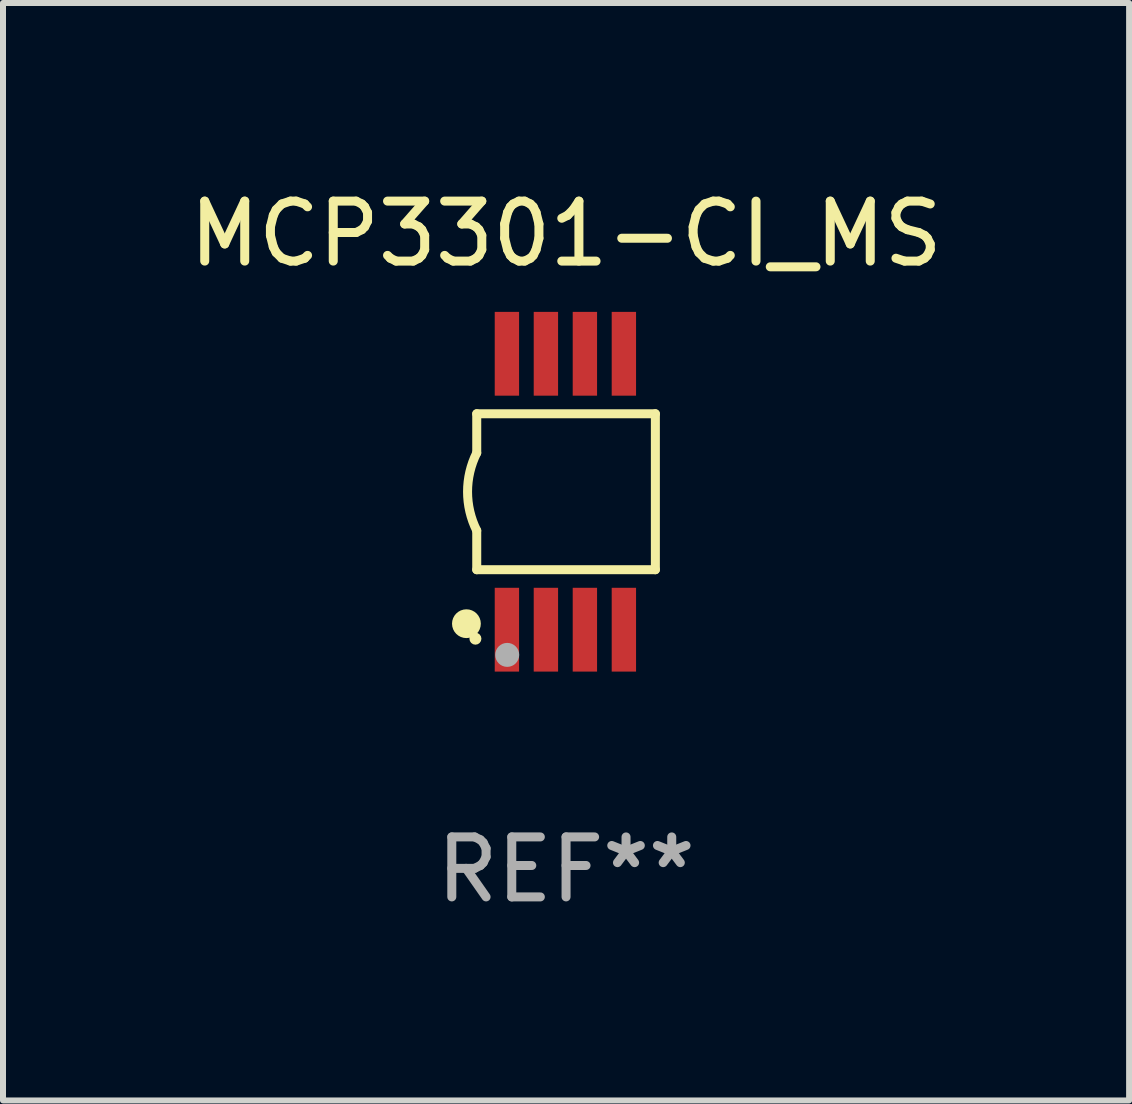
<source format=kicad_pcb>
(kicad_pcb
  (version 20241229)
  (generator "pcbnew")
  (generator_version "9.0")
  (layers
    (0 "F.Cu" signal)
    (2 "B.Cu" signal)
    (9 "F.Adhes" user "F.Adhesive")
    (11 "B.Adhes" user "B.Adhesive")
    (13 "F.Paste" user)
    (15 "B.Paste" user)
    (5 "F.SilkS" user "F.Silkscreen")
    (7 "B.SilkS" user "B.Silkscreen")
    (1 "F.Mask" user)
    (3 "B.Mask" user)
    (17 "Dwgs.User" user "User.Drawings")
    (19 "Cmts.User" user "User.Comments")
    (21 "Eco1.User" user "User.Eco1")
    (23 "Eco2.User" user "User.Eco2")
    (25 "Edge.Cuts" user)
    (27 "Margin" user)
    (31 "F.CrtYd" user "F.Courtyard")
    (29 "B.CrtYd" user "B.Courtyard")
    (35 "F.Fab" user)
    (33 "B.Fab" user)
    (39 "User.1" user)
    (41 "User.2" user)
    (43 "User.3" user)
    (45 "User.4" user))
  (footprint "MCP3301-CI_MS"
    (layer "F.Cu")
    (at 6.387 5.148)
    (property "Reference" "MCP3301-CI_MS" (at 0 -4.3 0) (layer "F.SilkS") (effects (font (size 1 1) (thickness 0.15))))
    (attr through_hole)
    (fp_line (start -1.489 -1.3) (end -1.489 -0.648) (stroke (width 0.15) (type solid)) (layer "F.SilkS"))
    (fp_line (start -1.489 0.648) (end -1.489 1.3) (stroke (width 0.15) (type solid)) (layer "F.SilkS"))
    (fp_line (start -1.489 1.3) (end 1.489 1.3) (stroke (width 0.15) (type solid)) (layer "F.SilkS"))
    (fp_line (start 1.489 -1.3) (end -1.489 -1.3) (stroke (width 0.15) (type solid)) (layer "F.SilkS"))
    (fp_line (start 1.489 1.3) (end 1.489 -1.3) (stroke (width 0.15) (type solid)) (layer "F.SilkS"))
    (fp_arc (start -1.489205 0.647702) (mid -1.642107 0) (end -1.489205 -0.647701) (stroke (width 0.150013) (type solid)) (layer "F.SilkS"))
    (fp_circle (center -1.661 2.2) (end -1.541 2.2) (stroke (width 0.24) (type solid)) (fill no) (layer "F.SilkS"))
    (fp_circle (center -1.511 2.45) (end -1.461 2.45) (stroke (width 0.1) (type solid)) (fill no) (layer "F.SilkS"))
    (fp_circle (center -0.981 2.72) (end -0.881 2.72) (stroke (width 0.2) (type solid)) (fill no) (layer "F.Fab"))
    (fp_text user "REF**" (at 0 6.3 0) (layer "F.Fab") (effects (font (size 1 1) (thickness 0.15))))
    (pad "1" smd rect (at -0.986 2.3) (size 0.406 1.397) (layers "F.Cu" "F.Mask" "F.Paste"))
    (pad "2" smd rect (at -0.336 2.3) (size 0.406 1.397) (layers "F.Cu" "F.Mask" "F.Paste"))
    (pad "3" smd rect (at 0.314 2.3) (size 0.406 1.397) (layers "F.Cu" "F.Mask" "F.Paste"))
    (pad "4" smd rect (at 0.964 2.3) (size 0.406 1.397) (layers "F.Cu" "F.Mask" "F.Paste"))
    (pad "5" smd rect (at 0.964 -2.3) (size 0.406 1.397) (layers "F.Cu" "F.Mask" "F.Paste"))
    (pad "6" smd rect (at 0.314 -2.3) (size 0.406 1.397) (layers "F.Cu" "F.Mask" "F.Paste"))
    (pad "7" smd rect (at -0.336 -2.3) (size 0.406 1.397) (layers "F.Cu" "F.Mask" "F.Paste"))
    (pad "8" smd rect (at -0.986 -2.3) (size 0.406 1.397) (layers "F.Cu" "F.Mask" "F.Paste")))
  (gr_rect
    (start -3 -3)
    (end 15.774 15.296)
    (stroke (width 0.1) (type default))
    (fill no)
    (layer "Edge.Cuts")))
</source>
